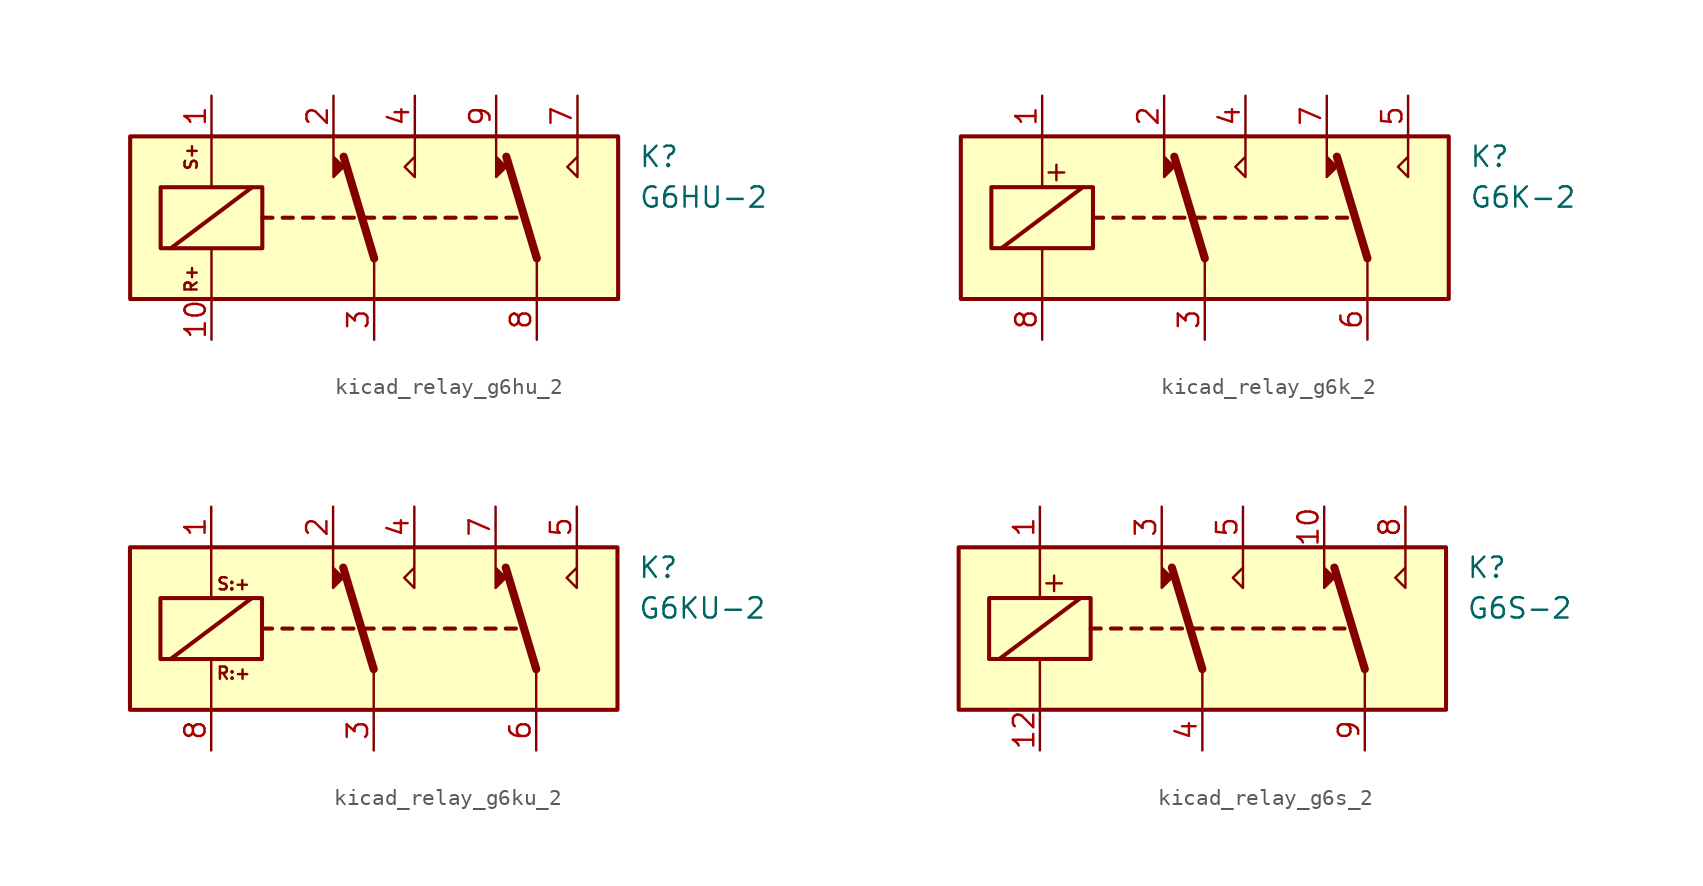
<source format=kicad_sym>
(kicad_symbol_lib
  (version 20220914)
  (generator kicad_symbol_editor)
  (symbol "kicad_relay_g6hu_2"
    (property "Reference" "K"
      (at 16.51 3.81 0)
      (effects (font (size 1.27 1.27)) (justify left)))
    (property "Value" "G6HU-2"
      (at 16.51 1.27 0)
      (effects (font (size 1.27 1.27)) (justify left)))
    (symbol "kicad_relay_g6hu_2_0_0"
      (text "R+" (at -11.43 -3.81 900) (effects (font (size 0.762 0.762))))
      (text "S+" (at -11.43 3.81 900) (effects (font (size 0.762 0.762)))))
    (symbol "kicad_relay_g6hu_2_0_1"
      (rectangle (start -15.24 5.08) (end 15.24 -5.08) (stroke (width 0.254) (type default)) (fill (type background)))
      (rectangle (start -13.335 1.905) (end -6.985 -1.905) (stroke (width 0.254) (type default)) (fill (type none)))
      (polyline (pts (xy -12.7 -1.905) (xy -7.62 1.905)) (stroke (width 0.254) (type default)) (fill (type none)))
      (polyline (pts (xy -10.16 -5.08) (xy -10.16 -1.905)) (stroke (width 0) (type default)) (fill (type none)))
      (polyline (pts (xy -10.16 5.08) (xy -10.16 1.905)) (stroke (width 0) (type default)) (fill (type none)))
      (polyline (pts (xy -6.985 0) (xy -6.35 0)) (stroke (width 0.254) (type default)) (fill (type none)))
      (polyline (pts (xy -5.715 0) (xy -5.08 0)) (stroke (width 0.254) (type default)) (fill (type none)))
      (polyline (pts (xy -4.445 0) (xy -3.81 0)) (stroke (width 0.254) (type default)) (fill (type none)))
      (polyline (pts (xy -3.175 0) (xy -2.54 0)) (stroke (width 0.254) (type default)) (fill (type none)))
      (polyline (pts (xy -1.905 0) (xy -1.27 0)) (stroke (width 0.254) (type default)) (fill (type none)))
      (polyline (pts (xy -0.635 0) (xy 0 0)) (stroke (width 0.254) (type default)) (fill (type none)))
      (polyline (pts (xy 0 -2.54) (xy -1.905 3.81)) (stroke (width 0.508) (type default)) (fill (type none)))
      (polyline (pts (xy 0 -2.54) (xy 0 -5.08)) (stroke (width 0) (type default)) (fill (type none)))
      (polyline (pts (xy 0.635 0) (xy 1.27 0)) (stroke (width 0.254) (type default)) (fill (type none)))
      (polyline (pts (xy 1.905 0) (xy 2.54 0)) (stroke (width 0.254) (type default)) (fill (type none)))
      (polyline (pts (xy 3.175 0) (xy 3.81 0)) (stroke (width 0.254) (type default)) (fill (type none)))
      (polyline (pts (xy 4.445 0) (xy 5.08 0)) (stroke (width 0.254) (type default)) (fill (type none)))
      (polyline (pts (xy 5.715 0) (xy 6.35 0)) (stroke (width 0.254) (type default)) (fill (type none)))
      (polyline (pts (xy 6.985 0) (xy 7.62 0)) (stroke (width 0.254) (type default)) (fill (type none)))
      (polyline (pts (xy 8.255 0) (xy 8.89 0)) (stroke (width 0.254) (type default)) (fill (type none)))
      (polyline (pts (xy 10.16 -2.54) (xy 8.255 3.81)) (stroke (width 0.508) (type default)) (fill (type none)))
      (polyline (pts (xy 10.16 -2.54) (xy 10.16 -5.08)) (stroke (width 0) (type default)) (fill (type none)))
      (polyline (pts (xy -2.54 5.08) (xy -2.54 2.54) (xy -1.905 3.175) (xy -2.54 3.81)) (stroke (width 0) (type default)) (fill (type outline)))
      (polyline (pts (xy 2.54 5.08) (xy 2.54 2.54) (xy 1.905 3.175) (xy 2.54 3.81)) (stroke (width 0) (type default)) (fill (type none)))
      (polyline (pts (xy 7.62 5.08) (xy 7.62 2.54) (xy 8.255 3.175) (xy 7.62 3.81)) (stroke (width 0) (type default)) (fill (type outline)))
      (polyline (pts (xy 12.7 5.08) (xy 12.7 2.54) (xy 12.065 3.175) (xy 12.7 3.81)) (stroke (width 0) (type default)) (fill (type none))))
    (symbol "kicad_relay_g6hu_2_1_1"
      (pin passive line (at -10.16 7.62 270) (length 2.54) (name "~" (effects (font (size 1.27 1.27)))) (number "1" (effects (font (size 1.27 1.27)))))
      (pin passive line (at -10.16 -7.62 90) (length 2.54) (name "~" (effects (font (size 1.27 1.27)))) (number "10" (effects (font (size 1.27 1.27)))))
      (pin passive line (at -2.54 7.62 270) (length 2.54) (name "~" (effects (font (size 1.27 1.27)))) (number "2" (effects (font (size 1.27 1.27)))))
      (pin passive line (at 0 -7.62 90) (length 2.54) (name "~" (effects (font (size 1.27 1.27)))) (number "3" (effects (font (size 1.27 1.27)))))
      (pin passive line (at 2.54 7.62 270) (length 2.54) (name "~" (effects (font (size 1.27 1.27)))) (number "4" (effects (font (size 1.27 1.27)))))
      (pin no_connect line (at 5.08 -5.08 90) (length 2.54) hide (name "NC" (effects (font (size 1.27 1.27)))) (number "5" (effects (font (size 1.27 1.27)))))
      (pin no_connect line (at 2.54 -5.08 90) (length 2.54) hide (name "NC" (effects (font (size 1.27 1.27)))) (number "6" (effects (font (size 1.27 1.27)))))
      (pin passive line (at 12.7 7.62 270) (length 2.54) (name "~" (effects (font (size 1.27 1.27)))) (number "7" (effects (font (size 1.27 1.27)))))
      (pin passive line (at 10.16 -7.62 90) (length 2.54) (name "~" (effects (font (size 1.27 1.27)))) (number "8" (effects (font (size 1.27 1.27)))))
      (pin passive line (at 7.62 7.62 270) (length 2.54) (name "~" (effects (font (size 1.27 1.27)))) (number "9" (effects (font (size 1.27 1.27)))))))
  (symbol "kicad_relay_g6k_2"
    (property "Reference" "K"
      (at 16.51 3.81 0)
      (effects (font (size 1.27 1.27)) (justify left)))
    (property "Value" "G6K-2"
      (at 16.51 1.27 0)
      (effects (font (size 1.27 1.27)) (justify left)))
    (symbol "kicad_relay_g6k_2_0_0"
      (text "+" (at -9.271 2.921 0) (effects (font (size 1.27 1.27)))))
    (symbol "kicad_relay_g6k_2_0_1"
      (rectangle (start -15.24 5.08) (end 15.24 -5.08) (stroke (width 0.254) (type default)) (fill (type background)))
      (rectangle (start -13.335 1.905) (end -6.985 -1.905) (stroke (width 0.254) (type default)) (fill (type none)))
      (polyline (pts (xy -12.7 -1.905) (xy -7.62 1.905)) (stroke (width 0.254) (type default)) (fill (type none)))
      (polyline (pts (xy -10.16 -5.08) (xy -10.16 -1.905)) (stroke (width 0) (type default)) (fill (type none)))
      (polyline (pts (xy -10.16 5.08) (xy -10.16 1.905)) (stroke (width 0) (type default)) (fill (type none)))
      (polyline (pts (xy -6.985 0) (xy -6.35 0)) (stroke (width 0.254) (type default)) (fill (type none)))
      (polyline (pts (xy -5.715 0) (xy -5.08 0)) (stroke (width 0.254) (type default)) (fill (type none)))
      (polyline (pts (xy -4.445 0) (xy -3.81 0)) (stroke (width 0.254) (type default)) (fill (type none)))
      (polyline (pts (xy -3.175 0) (xy -2.54 0)) (stroke (width 0.254) (type default)) (fill (type none)))
      (polyline (pts (xy -1.905 0) (xy -1.27 0)) (stroke (width 0.254) (type default)) (fill (type none)))
      (polyline (pts (xy -0.635 0) (xy 0 0)) (stroke (width 0.254) (type default)) (fill (type none)))
      (polyline (pts (xy 0 -2.54) (xy -1.905 3.81)) (stroke (width 0.508) (type default)) (fill (type none)))
      (polyline (pts (xy 0 -2.54) (xy 0 -5.08)) (stroke (width 0) (type default)) (fill (type none)))
      (polyline (pts (xy 0.635 0) (xy 1.27 0)) (stroke (width 0.254) (type default)) (fill (type none)))
      (polyline (pts (xy 1.905 0) (xy 2.54 0)) (stroke (width 0.254) (type default)) (fill (type none)))
      (polyline (pts (xy 3.175 0) (xy 3.81 0)) (stroke (width 0.254) (type default)) (fill (type none)))
      (polyline (pts (xy 4.445 0) (xy 5.08 0)) (stroke (width 0.254) (type default)) (fill (type none)))
      (polyline (pts (xy 5.715 0) (xy 6.35 0)) (stroke (width 0.254) (type default)) (fill (type none)))
      (polyline (pts (xy 6.985 0) (xy 7.62 0)) (stroke (width 0.254) (type default)) (fill (type none)))
      (polyline (pts (xy 8.255 0) (xy 8.89 0)) (stroke (width 0.254) (type default)) (fill (type none)))
      (polyline (pts (xy 10.16 -2.54) (xy 8.255 3.81)) (stroke (width 0.508) (type default)) (fill (type none)))
      (polyline (pts (xy 10.16 -2.54) (xy 10.16 -5.08)) (stroke (width 0) (type default)) (fill (type none)))
      (polyline (pts (xy -2.54 5.08) (xy -2.54 2.54) (xy -1.905 3.175) (xy -2.54 3.81)) (stroke (width 0) (type default)) (fill (type outline)))
      (polyline (pts (xy 2.54 5.08) (xy 2.54 2.54) (xy 1.905 3.175) (xy 2.54 3.81)) (stroke (width 0) (type default)) (fill (type none)))
      (polyline (pts (xy 7.62 5.08) (xy 7.62 2.54) (xy 8.255 3.175) (xy 7.62 3.81)) (stroke (width 0) (type default)) (fill (type outline)))
      (polyline (pts (xy 12.7 5.08) (xy 12.7 2.54) (xy 12.065 3.175) (xy 12.7 3.81)) (stroke (width 0) (type default)) (fill (type none))))
    (symbol "kicad_relay_g6k_2_1_1"
      (pin passive line (at -10.16 7.62 270) (length 2.54) (name "~" (effects (font (size 1.27 1.27)))) (number "1" (effects (font (size 1.27 1.27)))))
      (pin passive line (at -2.54 7.62 270) (length 2.54) (name "~" (effects (font (size 1.27 1.27)))) (number "2" (effects (font (size 1.27 1.27)))))
      (pin passive line (at 0 -7.62 90) (length 2.54) (name "~" (effects (font (size 1.27 1.27)))) (number "3" (effects (font (size 1.27 1.27)))))
      (pin passive line (at 2.54 7.62 270) (length 2.54) (name "~" (effects (font (size 1.27 1.27)))) (number "4" (effects (font (size 1.27 1.27)))))
      (pin passive line (at 12.7 7.62 270) (length 2.54) (name "~" (effects (font (size 1.27 1.27)))) (number "5" (effects (font (size 1.27 1.27)))))
      (pin passive line (at 10.16 -7.62 90) (length 2.54) (name "~" (effects (font (size 1.27 1.27)))) (number "6" (effects (font (size 1.27 1.27)))))
      (pin passive line (at 7.62 7.62 270) (length 2.54) (name "~" (effects (font (size 1.27 1.27)))) (number "7" (effects (font (size 1.27 1.27)))))
      (pin passive line (at -10.16 -7.62 90) (length 2.54) (name "~" (effects (font (size 1.27 1.27)))) (number "8" (effects (font (size 1.27 1.27)))))))
  (symbol "kicad_relay_g6ku_2"
    (property "Reference" "K"
      (at 16.51 3.81 0)
      (effects (font (size 1.27 1.27)) (justify left)))
    (property "Value" "G6KU-2"
      (at 16.51 1.27 0)
      (effects (font (size 1.27 1.27)) (justify left)))
    (symbol "kicad_relay_g6ku_2_0_0"
      (text "R:+" (at -8.763 -2.794 0) (effects (font (size 0.762 0.762))))
      (text "S:+" (at -8.763 2.794 0) (effects (font (size 0.762 0.762)))))
    (symbol "kicad_relay_g6ku_2_0_1"
      (rectangle (start -15.24 5.08) (end 15.24 -5.08) (stroke (width 0.254) (type default)) (fill (type background)))
      (rectangle (start -13.335 1.905) (end -6.985 -1.905) (stroke (width 0.254) (type default)) (fill (type none)))
      (polyline (pts (xy -12.7 -1.905) (xy -7.62 1.905)) (stroke (width 0.254) (type default)) (fill (type none)))
      (polyline (pts (xy -10.16 -5.08) (xy -10.16 -1.905)) (stroke (width 0) (type default)) (fill (type none)))
      (polyline (pts (xy -10.16 5.08) (xy -10.16 1.905)) (stroke (width 0) (type default)) (fill (type none)))
      (polyline (pts (xy -6.985 0) (xy -6.35 0)) (stroke (width 0.254) (type default)) (fill (type none)))
      (polyline (pts (xy -5.715 0) (xy -5.08 0)) (stroke (width 0.254) (type default)) (fill (type none)))
      (polyline (pts (xy -4.445 0) (xy -3.81 0)) (stroke (width 0.254) (type default)) (fill (type none)))
      (polyline (pts (xy -3.175 0) (xy -2.54 0)) (stroke (width 0.254) (type default)) (fill (type none)))
      (polyline (pts (xy -1.905 0) (xy -1.27 0)) (stroke (width 0.254) (type default)) (fill (type none)))
      (polyline (pts (xy -0.635 0) (xy 0 0)) (stroke (width 0.254) (type default)) (fill (type none)))
      (polyline (pts (xy 0 -2.54) (xy -1.905 3.81)) (stroke (width 0.508) (type default)) (fill (type none)))
      (polyline (pts (xy 0 -2.54) (xy 0 -5.08)) (stroke (width 0) (type default)) (fill (type none)))
      (polyline (pts (xy 0.635 0) (xy 1.27 0)) (stroke (width 0.254) (type default)) (fill (type none)))
      (polyline (pts (xy 1.905 0) (xy 2.54 0)) (stroke (width 0.254) (type default)) (fill (type none)))
      (polyline (pts (xy 3.175 0) (xy 3.81 0)) (stroke (width 0.254) (type default)) (fill (type none)))
      (polyline (pts (xy 4.445 0) (xy 5.08 0)) (stroke (width 0.254) (type default)) (fill (type none)))
      (polyline (pts (xy 5.715 0) (xy 6.35 0)) (stroke (width 0.254) (type default)) (fill (type none)))
      (polyline (pts (xy 6.985 0) (xy 7.62 0)) (stroke (width 0.254) (type default)) (fill (type none)))
      (polyline (pts (xy 8.255 0) (xy 8.89 0)) (stroke (width 0.254) (type default)) (fill (type none)))
      (polyline (pts (xy 10.16 -2.54) (xy 8.255 3.81)) (stroke (width 0.508) (type default)) (fill (type none)))
      (polyline (pts (xy 10.16 -2.54) (xy 10.16 -5.08)) (stroke (width 0) (type default)) (fill (type none)))
      (polyline (pts (xy -2.54 5.08) (xy -2.54 2.54) (xy -1.905 3.175) (xy -2.54 3.81)) (stroke (width 0) (type default)) (fill (type outline)))
      (polyline (pts (xy 2.54 5.08) (xy 2.54 2.54) (xy 1.905 3.175) (xy 2.54 3.81)) (stroke (width 0) (type default)) (fill (type none)))
      (polyline (pts (xy 7.62 5.08) (xy 7.62 2.54) (xy 8.255 3.175) (xy 7.62 3.81)) (stroke (width 0) (type default)) (fill (type outline)))
      (polyline (pts (xy 12.7 5.08) (xy 12.7 2.54) (xy 12.065 3.175) (xy 12.7 3.81)) (stroke (width 0) (type default)) (fill (type none))))
    (symbol "kicad_relay_g6ku_2_1_1"
      (pin passive line (at -10.16 7.62 270) (length 2.54) (name "~" (effects (font (size 1.27 1.27)))) (number "1" (effects (font (size 1.27 1.27)))))
      (pin passive line (at -2.54 7.62 270) (length 2.54) (name "~" (effects (font (size 1.27 1.27)))) (number "2" (effects (font (size 1.27 1.27)))))
      (pin passive line (at 0 -7.62 90) (length 2.54) (name "~" (effects (font (size 1.27 1.27)))) (number "3" (effects (font (size 1.27 1.27)))))
      (pin passive line (at 2.54 7.62 270) (length 2.54) (name "~" (effects (font (size 1.27 1.27)))) (number "4" (effects (font (size 1.27 1.27)))))
      (pin passive line (at 12.7 7.62 270) (length 2.54) (name "~" (effects (font (size 1.27 1.27)))) (number "5" (effects (font (size 1.27 1.27)))))
      (pin passive line (at 10.16 -7.62 90) (length 2.54) (name "~" (effects (font (size 1.27 1.27)))) (number "6" (effects (font (size 1.27 1.27)))))
      (pin passive line (at 7.62 7.62 270) (length 2.54) (name "~" (effects (font (size 1.27 1.27)))) (number "7" (effects (font (size 1.27 1.27)))))
      (pin passive line (at -10.16 -7.62 90) (length 2.54) (name "~" (effects (font (size 1.27 1.27)))) (number "8" (effects (font (size 1.27 1.27)))))))
  (symbol "kicad_relay_g6s_2"
    (property "Reference" "K"
      (at 16.51 3.81 0)
      (effects (font (size 1.27 1.27)) (justify left)))
    (property "Value" "G6S-2"
      (at 16.51 1.27 0)
      (effects (font (size 1.27 1.27)) (justify left)))
    (symbol "kicad_relay_g6s_2_0_0"
      (text "+" (at -9.271 2.921 0) (effects (font (size 1.27 1.27)))))
    (symbol "kicad_relay_g6s_2_0_1"
      (rectangle (start -15.24 5.08) (end 15.24 -5.08) (stroke (width 0.254) (type default)) (fill (type background)))
      (rectangle (start -13.335 1.905) (end -6.985 -1.905) (stroke (width 0.254) (type default)) (fill (type none)))
      (polyline (pts (xy -12.7 -1.905) (xy -7.62 1.905)) (stroke (width 0.254) (type default)) (fill (type none)))
      (polyline (pts (xy -10.16 -5.08) (xy -10.16 -1.905)) (stroke (width 0) (type default)) (fill (type none)))
      (polyline (pts (xy -10.16 5.08) (xy -10.16 1.905)) (stroke (width 0) (type default)) (fill (type none)))
      (polyline (pts (xy -6.985 0) (xy -6.35 0)) (stroke (width 0.254) (type default)) (fill (type none)))
      (polyline (pts (xy -5.715 0) (xy -5.08 0)) (stroke (width 0.254) (type default)) (fill (type none)))
      (polyline (pts (xy -4.445 0) (xy -3.81 0)) (stroke (width 0.254) (type default)) (fill (type none)))
      (polyline (pts (xy -3.175 0) (xy -2.54 0)) (stroke (width 0.254) (type default)) (fill (type none)))
      (polyline (pts (xy -1.905 0) (xy -1.27 0)) (stroke (width 0.254) (type default)) (fill (type none)))
      (polyline (pts (xy -0.635 0) (xy 0 0)) (stroke (width 0.254) (type default)) (fill (type none)))
      (polyline (pts (xy 0 -2.54) (xy -1.905 3.81)) (stroke (width 0.508) (type default)) (fill (type none)))
      (polyline (pts (xy 0 -2.54) (xy 0 -5.08)) (stroke (width 0) (type default)) (fill (type none)))
      (polyline (pts (xy 0.635 0) (xy 1.27 0)) (stroke (width 0.254) (type default)) (fill (type none)))
      (polyline (pts (xy 1.905 0) (xy 2.54 0)) (stroke (width 0.254) (type default)) (fill (type none)))
      (polyline (pts (xy 3.175 0) (xy 3.81 0)) (stroke (width 0.254) (type default)) (fill (type none)))
      (polyline (pts (xy 4.445 0) (xy 5.08 0)) (stroke (width 0.254) (type default)) (fill (type none)))
      (polyline (pts (xy 5.715 0) (xy 6.35 0)) (stroke (width 0.254) (type default)) (fill (type none)))
      (polyline (pts (xy 6.985 0) (xy 7.62 0)) (stroke (width 0.254) (type default)) (fill (type none)))
      (polyline (pts (xy 8.255 0) (xy 8.89 0)) (stroke (width 0.254) (type default)) (fill (type none)))
      (polyline (pts (xy 10.16 -2.54) (xy 8.255 3.81)) (stroke (width 0.508) (type default)) (fill (type none)))
      (polyline (pts (xy 10.16 -2.54) (xy 10.16 -5.08)) (stroke (width 0) (type default)) (fill (type none)))
      (polyline (pts (xy -2.54 5.08) (xy -2.54 2.54) (xy -1.905 3.175) (xy -2.54 3.81)) (stroke (width 0) (type default)) (fill (type outline)))
      (polyline (pts (xy 2.54 5.08) (xy 2.54 2.54) (xy 1.905 3.175) (xy 2.54 3.81)) (stroke (width 0) (type default)) (fill (type none)))
      (polyline (pts (xy 7.62 5.08) (xy 7.62 2.54) (xy 8.255 3.175) (xy 7.62 3.81)) (stroke (width 0) (type default)) (fill (type outline)))
      (polyline (pts (xy 12.7 5.08) (xy 12.7 2.54) (xy 12.065 3.175) (xy 12.7 3.81)) (stroke (width 0) (type default)) (fill (type none))))
    (symbol "kicad_relay_g6s_2_1_1"
      (pin passive line (at -10.16 7.62 270) (length 2.54) (name "~" (effects (font (size 1.27 1.27)))) (number "1" (effects (font (size 1.27 1.27)))))
      (pin passive line (at 7.62 7.62 270) (length 2.54) (name "~" (effects (font (size 1.27 1.27)))) (number "10" (effects (font (size 1.27 1.27)))))
      (pin passive line (at -10.16 -7.62 90) (length 2.54) (name "~" (effects (font (size 1.27 1.27)))) (number "12" (effects (font (size 1.27 1.27)))))
      (pin passive line (at -2.54 7.62 270) (length 2.54) (name "~" (effects (font (size 1.27 1.27)))) (number "3" (effects (font (size 1.27 1.27)))))
      (pin passive line (at 0 -7.62 90) (length 2.54) (name "~" (effects (font (size 1.27 1.27)))) (number "4" (effects (font (size 1.27 1.27)))))
      (pin passive line (at 2.54 7.62 270) (length 2.54) (name "~" (effects (font (size 1.27 1.27)))) (number "5" (effects (font (size 1.27 1.27)))))
      (pin passive line (at 12.7 7.62 270) (length 2.54) (name "~" (effects (font (size 1.27 1.27)))) (number "8" (effects (font (size 1.27 1.27)))))
      (pin passive line (at 10.16 -7.62 90) (length 2.54) (name "~" (effects (font (size 1.27 1.27)))) (number "9" (effects (font (size 1.27 1.27))))))))
</source>
